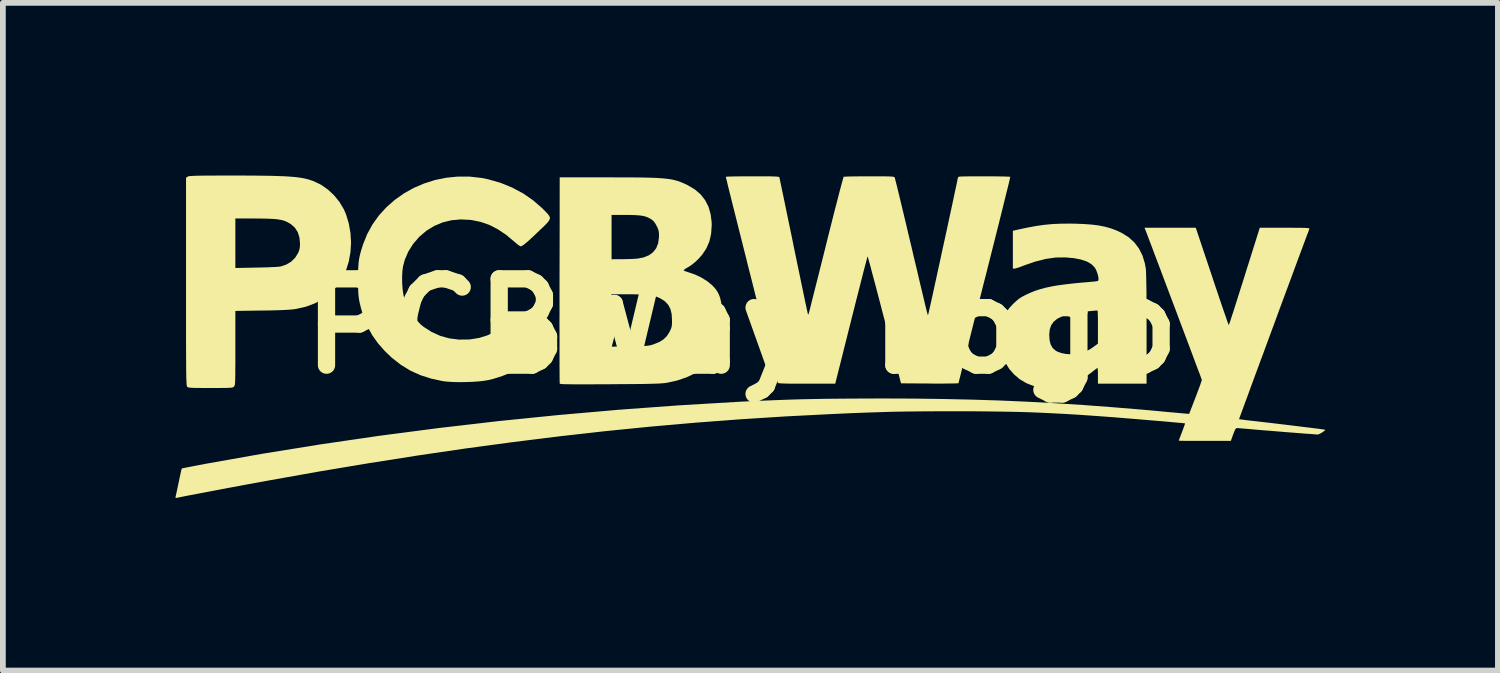
<source format=kicad_pcb>
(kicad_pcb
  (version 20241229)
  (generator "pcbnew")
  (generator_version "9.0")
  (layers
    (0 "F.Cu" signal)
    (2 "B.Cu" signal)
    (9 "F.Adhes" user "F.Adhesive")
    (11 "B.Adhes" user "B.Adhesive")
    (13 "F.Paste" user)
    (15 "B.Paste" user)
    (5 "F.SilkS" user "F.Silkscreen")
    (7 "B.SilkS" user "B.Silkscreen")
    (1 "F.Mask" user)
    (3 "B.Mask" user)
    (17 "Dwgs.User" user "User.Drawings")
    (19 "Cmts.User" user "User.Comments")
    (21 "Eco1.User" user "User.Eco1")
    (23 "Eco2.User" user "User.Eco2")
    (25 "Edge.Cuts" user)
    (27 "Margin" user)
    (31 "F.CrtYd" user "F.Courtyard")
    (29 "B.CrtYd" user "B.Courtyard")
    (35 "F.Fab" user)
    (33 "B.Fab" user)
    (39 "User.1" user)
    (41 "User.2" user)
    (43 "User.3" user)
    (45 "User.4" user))
  (footprint "PCBWay Logo"
    (layer "F.Cu")
    (at 9.837 2.616)
    (property "Reference" "PCBWay Logo" (at 0 0 0) (layer "F.SilkS") (effects (font (size 1.5 1.5) (thickness 0.3))))
    (attr board_only exclude_from_pos_files exclude_from_bom)
    (fp_poly (pts (xy -8.649 -2.616) (xy -8.468 -2.615) (xy -8.308 -2.613) (xy -8.167 -2.611) (xy -8.043 -2.607) (xy -7.935 -2.603) (xy -7.842 -2.597) (xy -7.76 -2.59) (xy -7.688 -2.581) (xy -7.625 -2.571) (xy -7.569 -2.559) (xy -7.517 -2.545) (xy -7.469 -2.529) (xy -7.436 -2.517) (xy -7.309 -2.456) (xy -7.191 -2.373) (xy -7.083 -2.273) (xy -6.99 -2.158) (xy -6.915 -2.033) (xy -6.876 -1.945) (xy -6.827 -1.783) (xy -6.798 -1.617) (xy -6.788 -1.45) (xy -6.798 -1.285) (xy -6.827 -1.125) (xy -6.874 -0.974) (xy -6.94 -0.833) (xy -7.023 -0.707) (xy -7.044 -0.681) (xy -7.155 -0.566) (xy -7.278 -0.472) (xy -7.416 -0.396) (xy -7.568 -0.339) (xy -7.737 -0.3) (xy -7.754 -0.297) (xy -7.8 -0.291) (xy -7.855 -0.286) (xy -7.922 -0.282) (xy -8.003 -0.278) (xy -8.1 -0.275) (xy -8.218 -0.272) (xy -8.341 -0.271) (xy -8.798 -0.264) (xy -8.798 0.38) (xy -8.798 0.523) (xy -8.798 0.644) (xy -8.799 0.743) (xy -8.799 0.824) (xy -8.8 0.889) (xy -8.801 0.939) (xy -8.803 0.976) (xy -8.805 1.003) (xy -8.808 1.022) (xy -8.812 1.034) (xy -8.817 1.043) (xy -8.822 1.049) (xy -8.823 1.05) (xy -8.831 1.057) (xy -8.841 1.063) (xy -8.857 1.067) (xy -8.88 1.07) (xy -8.914 1.072) (xy -8.961 1.074) (xy -9.024 1.074) (xy -9.106 1.075) (xy -9.21 1.075) (xy -9.231 1.075) (xy -9.339 1.075) (xy -9.425 1.074) (xy -9.492 1.074) (xy -9.542 1.072) (xy -9.578 1.07) (xy -9.602 1.067) (xy -9.618 1.063) (xy -9.629 1.058) (xy -9.635 1.052) (xy -9.638 1.048) (xy -9.64 1.04) (xy -9.643 1.028) (xy -9.645 1.01) (xy -9.646 0.986) (xy -9.648 0.953) (xy -9.65 0.911) (xy -9.651 0.859) (xy -9.652 0.796) (xy -9.653 0.719) (xy -9.653 0.629) (xy -9.654 0.523) (xy -9.654 0.401) (xy -9.655 0.262) (xy -9.655 0.104) (xy -9.655 -0.074) (xy -9.655 -0.273) (xy -9.655 -0.495) (xy -9.655 -0.74) (xy -9.655 -0.774) (xy -9.655 -1.44) (xy -8.798 -1.44) (xy -8.798 -1.01) (xy -8.435 -1.017) (xy -8.339 -1.019) (xy -8.248 -1.021) (xy -8.167 -1.025) (xy -8.099 -1.028) (xy -8.047 -1.032) (xy -8.016 -1.035) (xy -8.013 -1.036) (xy -7.912 -1.07) (xy -7.826 -1.122) (xy -7.757 -1.191) (xy -7.707 -1.272) (xy -7.688 -1.321) (xy -7.678 -1.369) (xy -7.675 -1.429) (xy -7.675 -1.435) (xy -7.685 -1.541) (xy -7.714 -1.633) (xy -7.764 -1.71) (xy -7.835 -1.773) (xy -7.895 -1.808) (xy -7.934 -1.825) (xy -7.976 -1.839) (xy -8.025 -1.849) (xy -8.084 -1.858) (xy -8.155 -1.863) (xy -8.242 -1.867) (xy -8.348 -1.869) (xy -8.475 -1.87) (xy -8.49 -1.87) (xy -8.798 -1.87) (xy -8.798 -1.44) (xy -9.655 -1.44) (xy -9.655 -2.577) (xy -9.628 -2.596) (xy -9.62 -2.601) (xy -9.607 -2.604) (xy -9.587 -2.607) (xy -9.558 -2.609) (xy -9.519 -2.611) (xy -9.467 -2.613) (xy -9.401 -2.614) (xy -9.319 -2.615) (xy -9.219 -2.615) (xy -9.099 -2.616) (xy -8.957 -2.616) (xy -8.854 -2.616)) (stroke (width 0) (type solid)) (fill yes) (layer "F.SilkS"))
    (fp_poly (pts (xy -4.731 -2.598) (xy -4.526 -2.575) (xy -4.405 -2.551) (xy -4.192 -2.49) (xy -3.99 -2.408) (xy -3.799 -2.306) (xy -3.624 -2.185) (xy -3.464 -2.046) (xy -3.412 -1.993) (xy -3.374 -1.953) (xy -3.348 -1.92) (xy -3.334 -1.892) (xy -3.334 -1.865) (xy -3.348 -1.834) (xy -3.376 -1.798) (xy -3.421 -1.751) (xy -3.483 -1.691) (xy -3.489 -1.686) (xy -3.584 -1.595) (xy -3.663 -1.521) (xy -3.726 -1.464) (xy -3.776 -1.423) (xy -3.811 -1.398) (xy -3.834 -1.386) (xy -3.839 -1.386) (xy -3.858 -1.394) (xy -3.89 -1.415) (xy -3.928 -1.447) (xy -3.951 -1.467) (xy -4.095 -1.587) (xy -4.24 -1.684) (xy -4.386 -1.759) (xy -4.537 -1.811) (xy -4.694 -1.843) (xy -4.716 -1.846) (xy -4.884 -1.854) (xy -5.046 -1.839) (xy -5.199 -1.801) (xy -5.344 -1.74) (xy -5.478 -1.658) (xy -5.601 -1.553) (xy -5.606 -1.548) (xy -5.711 -1.426) (xy -5.794 -1.294) (xy -5.854 -1.153) (xy -5.885 -1.038) (xy -5.896 -0.954) (xy -5.901 -0.856) (xy -5.9 -0.751) (xy -5.893 -0.648) (xy -5.88 -0.555) (xy -5.866 -0.491) (xy -5.817 -0.361) (xy -5.751 -0.237) (xy -5.669 -0.124) (xy -5.576 -0.027) (xy -5.528 0.012) (xy -5.389 0.101) (xy -5.239 0.169) (xy -5.081 0.213) (xy -4.914 0.234) (xy -4.741 0.232) (xy -4.711 0.229) (xy -4.562 0.205) (xy -4.421 0.161) (xy -4.285 0.098) (xy -4.15 0.012) (xy -4.025 -0.087) (xy -3.961 -0.142) (xy -3.911 -0.182) (xy -3.874 -0.208) (xy -3.846 -0.222) (xy -3.823 -0.224) (xy -3.802 -0.216) (xy -3.78 -0.2) (xy -3.773 -0.194) (xy -3.743 -0.166) (xy -3.702 -0.125) (xy -3.654 -0.076) (xy -3.602 -0.02) (xy -3.548 0.038) (xy -3.495 0.096) (xy -3.446 0.15) (xy -3.404 0.198) (xy -3.373 0.236) (xy -3.353 0.262) (xy -3.349 0.269) (xy -3.348 0.291) (xy -3.358 0.316) (xy -3.38 0.346) (xy -3.417 0.384) (xy -3.47 0.432) (xy -3.541 0.493) (xy -3.697 0.616) (xy -3.849 0.718) (xy -4.001 0.801) (xy -4.158 0.866) (xy -4.322 0.918) (xy -4.412 0.939) (xy -4.486 0.951) (xy -4.579 0.961) (xy -4.684 0.968) (xy -4.796 0.972) (xy -4.908 0.973) (xy -5.015 0.971) (xy -5.11 0.965) (xy -5.187 0.957) (xy -5.187 0.957) (xy -5.393 0.913) (xy -5.583 0.852) (xy -5.76 0.772) (xy -5.924 0.671) (xy -6.08 0.549) (xy -6.204 0.43) (xy -6.32 0.298) (xy -6.417 0.162) (xy -6.497 0.018) (xy -6.563 -0.138) (xy -6.615 -0.311) (xy -6.639 -0.409) (xy -6.648 -0.456) (xy -6.655 -0.501) (xy -6.66 -0.548) (xy -6.663 -0.604) (xy -6.665 -0.672) (xy -6.666 -0.758) (xy -6.666 -0.808) (xy -6.666 -0.92) (xy -6.663 -1.012) (xy -6.658 -1.091) (xy -6.649 -1.162) (xy -6.635 -1.231) (xy -6.616 -1.303) (xy -6.591 -1.384) (xy -6.579 -1.422) (xy -6.506 -1.602) (xy -6.413 -1.771) (xy -6.301 -1.926) (xy -6.172 -2.067) (xy -6.027 -2.194) (xy -5.869 -2.306) (xy -5.699 -2.401) (xy -5.519 -2.478) (xy -5.331 -2.538) (xy -5.135 -2.578) (xy -4.935 -2.598)) (stroke (width 0) (type solid)) (fill yes) (layer "F.SilkS"))
    (fp_poly (pts (xy 5.782 -1.78) (xy 5.943 -1.774) (xy 6.083 -1.764) (xy 6.206 -1.748) (xy 6.316 -1.726) (xy 6.417 -1.697) (xy 6.512 -1.661) (xy 6.603 -1.618) (xy 6.722 -1.544) (xy 6.821 -1.454) (xy 6.901 -1.348) (xy 6.962 -1.226) (xy 7.004 -1.088) (xy 7.02 -0.996) (xy 7.023 -0.964) (xy 7.025 -0.908) (xy 7.027 -0.829) (xy 7.029 -0.729) (xy 7.031 -0.609) (xy 7.032 -0.469) (xy 7.033 -0.312) (xy 7.033 -0.138) (xy 7.033 0.051) (xy 7.033 1) (xy 6.611 1) (xy 6.188 1) (xy 6.188 0.864) (xy 6.188 0.809) (xy 6.186 0.764) (xy 6.183 0.735) (xy 6.18 0.727) (xy 6.168 0.734) (xy 6.141 0.754) (xy 6.104 0.783) (xy 6.079 0.803) (xy 5.941 0.904) (xy 5.795 0.981) (xy 5.684 1.024) (xy 5.63 1.041) (xy 5.585 1.053) (xy 5.539 1.06) (xy 5.486 1.065) (xy 5.418 1.068) (xy 5.395 1.069) (xy 5.331 1.07) (xy 5.274 1.071) (xy 5.229 1.07) (xy 5.203 1.069) (xy 5.201 1.068) (xy 5.175 1.062) (xy 5.135 1.054) (xy 5.107 1.049) (xy 5.064 1.037) (xy 5.009 1.017) (xy 4.951 0.993) (xy 4.934 0.985) (xy 4.828 0.922) (xy 4.731 0.839) (xy 4.646 0.742) (xy 4.58 0.634) (xy 4.576 0.628) (xy 4.533 0.524) (xy 4.504 0.421) (xy 4.49 0.312) (xy 4.489 0.188) (xy 4.49 0.162) (xy 4.491 0.15) (xy 5.342 0.15) (xy 5.348 0.243) (xy 5.366 0.317) (xy 5.398 0.375) (xy 5.445 0.42) (xy 5.483 0.443) (xy 5.552 0.468) (xy 5.636 0.484) (xy 5.727 0.49) (xy 5.815 0.486) (xy 5.891 0.471) (xy 5.979 0.439) (xy 6.06 0.396) (xy 6.123 0.352) (xy 6.188 0.304) (xy 6.188 0.02) (xy 6.188 -0.061) (xy 6.188 -0.134) (xy 6.186 -0.194) (xy 6.185 -0.239) (xy 6.183 -0.265) (xy 6.182 -0.269) (xy 6.167 -0.271) (xy 6.132 -0.269) (xy 6.082 -0.264) (xy 6.02 -0.258) (xy 5.952 -0.249) (xy 5.881 -0.24) (xy 5.813 -0.23) (xy 5.752 -0.22) (xy 5.702 -0.211) (xy 5.675 -0.205) (xy 5.567 -0.171) (xy 5.483 -0.129) (xy 5.42 -0.078) (xy 5.376 -0.016) (xy 5.351 0.058) (xy 5.342 0.146) (xy 5.342 0.15) (xy 4.491 0.15) (xy 4.501 0.037) (xy 4.52 -0.068) (xy 4.551 -0.16) (xy 4.595 -0.243) (xy 4.655 -0.322) (xy 4.714 -0.386) (xy 4.77 -0.438) (xy 4.819 -0.478) (xy 4.872 -0.511) (xy 4.933 -0.543) (xy 5.014 -0.58) (xy 5.096 -0.613) (xy 5.182 -0.641) (xy 5.274 -0.666) (xy 5.375 -0.688) (xy 5.488 -0.708) (xy 5.617 -0.725) (xy 5.763 -0.742) (xy 5.93 -0.758) (xy 6.008 -0.764) (xy 6.07 -0.77) (xy 6.124 -0.775) (xy 6.164 -0.78) (xy 6.185 -0.783) (xy 6.186 -0.784) (xy 6.197 -0.799) (xy 6.198 -0.831) (xy 6.191 -0.874) (xy 6.177 -0.923) (xy 6.159 -0.97) (xy 6.137 -1.012) (xy 6.129 -1.023) (xy 6.073 -1.078) (xy 5.994 -1.123) (xy 5.893 -1.157) (xy 5.769 -1.181) (xy 5.623 -1.194) (xy 5.621 -1.194) (xy 5.455 -1.192) (xy 5.279 -1.167) (xy 5.091 -1.119) (xy 4.893 -1.05) (xy 4.879 -1.044) (xy 4.828 -1.025) (xy 4.782 -1.01) (xy 4.749 -1.001) (xy 4.74 -1) (xy 4.71 -1) (xy 4.71 -1.328) (xy 4.71 -1.656) (xy 4.8 -1.677) (xy 4.969 -1.713) (xy 5.122 -1.741) (xy 5.266 -1.761) (xy 5.407 -1.774) (xy 5.552 -1.78) (xy 5.707 -1.781)) (stroke (width 0) (type solid)) (fill yes) (layer "F.SilkS"))
    (fp_poly (pts (xy -2.324 -2.585) (xy -2.131 -2.584) (xy -1.96 -2.584) (xy -1.811 -2.583) (xy -1.681 -2.581) (xy -1.568 -2.578) (xy -1.47 -2.574) (xy -1.385 -2.568) (xy -1.311 -2.561) (xy -1.247 -2.553) (xy -1.19 -2.542) (xy -1.138 -2.529) (xy -1.09 -2.514) (xy -1.044 -2.496) (xy -0.997 -2.476) (xy -0.947 -2.452) (xy -0.933 -2.445) (xy -0.814 -2.374) (xy -0.715 -2.289) (xy -0.637 -2.189) (xy -0.578 -2.075) (xy -0.541 -1.946) (xy -0.523 -1.804) (xy -0.522 -1.752) (xy -0.532 -1.606) (xy -0.562 -1.473) (xy -0.614 -1.352) (xy -0.688 -1.24) (xy -0.758 -1.162) (xy -0.816 -1.108) (xy -0.875 -1.061) (xy -0.929 -1.026) (xy -0.931 -1.025) (xy -0.97 -1.003) (xy -0.998 -0.983) (xy -1.01 -0.971) (xy -1.01 -0.97) (xy -0.998 -0.961) (xy -0.968 -0.949) (xy -0.927 -0.936) (xy -0.925 -0.935) (xy -0.809 -0.895) (xy -0.697 -0.841) (xy -0.595 -0.777) (xy -0.509 -0.705) (xy -0.459 -0.65) (xy -0.424 -0.6) (xy -0.396 -0.546) (xy -0.374 -0.484) (xy -0.358 -0.412) (xy -0.346 -0.326) (xy -0.34 -0.224) (xy -0.337 -0.103) (xy -0.338 0.027) (xy -0.342 0.3) (xy -0.388 0.393) (xy -0.463 0.517) (xy -0.559 0.63) (xy -0.674 0.73) (xy -0.807 0.817) (xy -0.956 0.888) (xy -1.119 0.944) (xy -1.294 0.983) (xy -1.322 0.987) (xy -1.354 0.991) (xy -1.39 0.994) (xy -1.434 0.997) (xy -1.486 0.999) (xy -1.55 1.001) (xy -1.626 1.003) (xy -1.717 1.005) (xy -1.825 1.006) (xy -1.952 1.007) (xy -2.099 1.008) (xy -2.269 1.009) (xy -2.29 1.01) (xy -2.462 1.01) (xy -2.611 1.011) (xy -2.738 1.011) (xy -2.845 1.011) (xy -2.933 1.011) (xy -3.004 1.01) (xy -3.06 1.009) (xy -3.102 1.008) (xy -3.132 1.006) (xy -3.151 1.003) (xy -3.161 1) (xy -3.163 0.998) (xy -3.163 0.984) (xy -3.164 0.946) (xy -3.165 0.887) (xy -3.165 0.807) (xy -3.166 0.707) (xy -3.166 0.59) (xy -3.166 0.456) (xy -3.166 0.307) (xy -3.166 0.145) (xy -3.167 -0.03) (xy -3.167 -0.098) (xy -2.262 -0.098) (xy -2.262 0.357) (xy -1.942 0.352) (xy -1.844 0.35) (xy -1.767 0.348) (xy -1.707 0.346) (xy -1.661 0.343) (xy -1.625 0.339) (xy -1.595 0.334) (xy -1.567 0.327) (xy -1.537 0.318) (xy -1.521 0.312) (xy -1.429 0.274) (xy -1.358 0.229) (xy -1.302 0.174) (xy -1.257 0.104) (xy -1.255 0.1) (xy -1.235 0.058) (xy -1.222 0.024) (xy -1.215 -0.009) (xy -1.212 -0.052) (xy -1.212 -0.104) (xy -1.218 -0.211) (xy -1.24 -0.299) (xy -1.278 -0.371) (xy -1.334 -0.431) (xy -1.409 -0.479) (xy -1.433 -0.491) (xy -1.476 -0.509) (xy -1.52 -0.524) (xy -1.569 -0.534) (xy -1.627 -0.542) (xy -1.697 -0.548) (xy -1.782 -0.551) (xy -1.886 -0.553) (xy -1.967 -0.553) (xy -2.262 -0.553) (xy -2.262 -0.098) (xy -3.167 -0.098) (xy -3.166 -0.215) (xy -3.166 -0.41) (xy -3.166 -0.613) (xy -3.166 -0.802) (xy -3.164 -1.547) (xy -2.262 -1.547) (xy -2.262 -1.162) (xy -2.085 -1.163) (xy -2.011 -1.164) (xy -1.936 -1.166) (xy -1.869 -1.169) (xy -1.818 -1.173) (xy -1.813 -1.173) (xy -1.704 -1.194) (xy -1.613 -1.231) (xy -1.541 -1.284) (xy -1.487 -1.353) (xy -1.453 -1.438) (xy -1.439 -1.538) (xy -1.438 -1.562) (xy -1.439 -1.616) (xy -1.444 -1.656) (xy -1.457 -1.694) (xy -1.479 -1.741) (xy -1.48 -1.743) (xy -1.507 -1.791) (xy -1.533 -1.825) (xy -1.565 -1.851) (xy -1.587 -1.865) (xy -1.628 -1.887) (xy -1.672 -1.904) (xy -1.722 -1.916) (xy -1.783 -1.924) (xy -1.858 -1.929) (xy -1.951 -1.932) (xy -2.028 -1.932) (xy -2.262 -1.932) (xy -2.262 -1.547) (xy -3.164 -1.547) (xy -3.163 -2.585)) (stroke (width 0) (type solid)) (fill yes) (layer "F.SilkS"))
    (fp_poly (pts (xy 0.313 -2.603) (xy 0.415 -2.603) (xy 0.496 -2.602) (xy 0.558 -2.6) (xy 0.602 -2.598) (xy 0.632 -2.595) (xy 0.648 -2.591) (xy 0.653 -2.588) (xy 0.656 -2.574) (xy 0.664 -2.537) (xy 0.676 -2.479) (xy 0.692 -2.402) (xy 0.712 -2.307) (xy 0.735 -2.197) (xy 0.761 -2.072) (xy 0.789 -1.935) (xy 0.82 -1.786) (xy 0.853 -1.629) (xy 0.887 -1.464) (xy 0.901 -1.392) (xy 0.936 -1.225) (xy 0.969 -1.064) (xy 1.001 -0.913) (xy 1.03 -0.771) (xy 1.057 -0.642) (xy 1.081 -0.526) (xy 1.102 -0.425) (xy 1.12 -0.342) (xy 1.134 -0.277) (xy 1.144 -0.232) (xy 1.149 -0.209) (xy 1.15 -0.207) (xy 1.16 -0.206) (xy 1.163 -0.219) (xy 1.173 -0.254) (xy 1.187 -0.309) (xy 1.206 -0.385) (xy 1.229 -0.477) (xy 1.257 -0.586) (xy 1.288 -0.709) (xy 1.322 -0.844) (xy 1.359 -0.991) (xy 1.398 -1.146) (xy 1.439 -1.31) (xy 1.461 -1.398) (xy 1.502 -1.565) (xy 1.543 -1.726) (xy 1.581 -1.877) (xy 1.617 -2.019) (xy 1.651 -2.149) (xy 1.681 -2.266) (xy 1.707 -2.367) (xy 1.73 -2.452) (xy 1.748 -2.519) (xy 1.761 -2.565) (xy 1.768 -2.59) (xy 1.77 -2.594) (xy 1.785 -2.596) (xy 1.822 -2.598) (xy 1.878 -2.6) (xy 1.95 -2.601) (xy 2.035 -2.602) (xy 2.131 -2.603) (xy 2.215 -2.603) (xy 2.33 -2.603) (xy 2.423 -2.603) (xy 2.496 -2.602) (xy 2.552 -2.601) (xy 2.593 -2.599) (xy 2.621 -2.597) (xy 2.639 -2.594) (xy 2.65 -2.589) (xy 2.656 -2.584) (xy 2.657 -2.582) (xy 2.662 -2.567) (xy 2.671 -2.529) (xy 2.686 -2.471) (xy 2.705 -2.394) (xy 2.728 -2.299) (xy 2.755 -2.188) (xy 2.785 -2.063) (xy 2.818 -1.926) (xy 2.853 -1.779) (xy 2.89 -1.622) (xy 2.929 -1.458) (xy 2.945 -1.392) (xy 2.991 -1.194) (xy 3.033 -1.02) (xy 3.069 -0.866) (xy 3.1 -0.733) (xy 3.128 -0.618) (xy 3.151 -0.521) (xy 3.17 -0.44) (xy 3.186 -0.373) (xy 3.199 -0.319) (xy 3.21 -0.276) (xy 3.218 -0.245) (xy 3.224 -0.222) (xy 3.228 -0.206) (xy 3.231 -0.197) (xy 3.233 -0.193) (xy 3.235 -0.192) (xy 3.236 -0.193) (xy 3.237 -0.195) (xy 3.237 -0.195) (xy 3.241 -0.208) (xy 3.249 -0.243) (xy 3.261 -0.298) (xy 3.278 -0.371) (xy 3.298 -0.461) (xy 3.321 -0.565) (xy 3.346 -0.681) (xy 3.374 -0.808) (xy 3.403 -0.942) (xy 3.434 -1.083) (xy 3.465 -1.228) (xy 3.497 -1.375) (xy 3.529 -1.522) (xy 3.561 -1.667) (xy 3.591 -1.808) (xy 3.62 -1.943) (xy 3.648 -2.071) (xy 3.673 -2.188) (xy 3.695 -2.294) (xy 3.715 -2.385) (xy 3.731 -2.461) (xy 3.743 -2.518) (xy 3.75 -2.555) (xy 3.753 -2.571) (xy 3.753 -2.571) (xy 3.763 -2.59) (xy 3.772 -2.596) (xy 3.79 -2.598) (xy 3.829 -2.6) (xy 3.885 -2.601) (xy 3.954 -2.602) (xy 4.035 -2.603) (xy 4.122 -2.603) (xy 4.213 -2.603) (xy 4.304 -2.603) (xy 4.392 -2.602) (xy 4.473 -2.601) (xy 4.544 -2.6) (xy 4.602 -2.598) (xy 4.643 -2.596) (xy 4.663 -2.594) (xy 4.665 -2.593) (xy 4.662 -2.58) (xy 4.654 -2.545) (xy 4.641 -2.487) (xy 4.622 -2.41) (xy 4.598 -2.314) (xy 4.57 -2.201) (xy 4.538 -2.071) (xy 4.502 -1.927) (xy 4.463 -1.77) (xy 4.42 -1.6) (xy 4.375 -1.42) (xy 4.327 -1.23) (xy 4.277 -1.032) (xy 4.225 -0.827) (xy 4.218 -0.801) (xy 4.166 -0.595) (xy 4.116 -0.397) (xy 4.067 -0.206) (xy 4.021 -0.024) (xy 3.978 0.147) (xy 3.938 0.306) (xy 3.901 0.452) (xy 3.868 0.583) (xy 3.838 0.699) (xy 3.814 0.797) (xy 3.794 0.877) (xy 3.779 0.936) (xy 3.769 0.975) (xy 3.766 0.991) (xy 3.765 0.991) (xy 3.753 0.993) (xy 3.719 0.995) (xy 3.665 0.996) (xy 3.594 0.997) (xy 3.509 0.998) (xy 3.412 0.998) (xy 3.306 0.998) (xy 3.266 0.997) (xy 2.767 0.994) (xy 2.48 -0.109) (xy 2.438 -0.269) (xy 2.398 -0.423) (xy 2.36 -0.568) (xy 2.325 -0.702) (xy 2.292 -0.825) (xy 2.263 -0.933) (xy 2.239 -1.027) (xy 2.218 -1.103) (xy 2.202 -1.16) (xy 2.192 -1.197) (xy 2.187 -1.211) (xy 2.187 -1.212) (xy 2.183 -1.2) (xy 2.173 -1.166) (xy 2.159 -1.111) (xy 2.139 -1.037) (xy 2.115 -0.945) (xy 2.088 -0.838) (xy 2.057 -0.717) (xy 2.023 -0.584) (xy 1.986 -0.44) (xy 1.948 -0.287) (xy 1.907 -0.127) (xy 1.902 -0.106) (xy 1.624 1) (xy 1.128 1) (xy 0.998 1) (xy 0.891 1) (xy 0.805 0.999) (xy 0.739 0.997) (xy 0.689 0.995) (xy 0.656 0.993) (xy 0.636 0.989) (xy 0.627 0.985) (xy 0.627 0.985) (xy 0.622 0.968) (xy 0.612 0.93) (xy 0.597 0.87) (xy 0.576 0.792) (xy 0.552 0.697) (xy 0.523 0.585) (xy 0.491 0.46) (xy 0.456 0.322) (xy 0.418 0.174) (xy 0.378 0.016) (xy 0.336 -0.15) (xy 0.293 -0.322) (xy 0.248 -0.498) (xy 0.203 -0.676) (xy 0.158 -0.856) (xy 0.112 -1.036) (xy 0.068 -1.213) (xy 0.024 -1.387) (xy -0.018 -1.555) (xy -0.059 -1.716) (xy -0.097 -1.869) (xy -0.133 -2.012) (xy -0.166 -2.143) (xy -0.195 -2.26) (xy -0.221 -2.362) (xy -0.242 -2.448) (xy -0.258 -2.516) (xy -0.27 -2.563) (xy -0.276 -2.589) (xy -0.277 -2.594) (xy -0.264 -2.596) (xy -0.228 -2.598) (xy -0.174 -2.6) (xy -0.103 -2.601) (xy -0.018 -2.602) (xy 0.077 -2.603) (xy 0.181 -2.603) (xy 0.188 -2.603)) (stroke (width 0) (type solid)) (fill yes) (layer "F.SilkS"))
    (fp_poly (pts (xy 8.171 -0.864) (xy 8.217 -0.725) (xy 8.262 -0.593) (xy 8.303 -0.47) (xy 8.341 -0.358) (xy 8.375 -0.259) (xy 8.405 -0.175) (xy 8.428 -0.106) (xy 8.446 -0.056) (xy 8.457 -0.027) (xy 8.461 -0.019) (xy 8.466 -0.03) (xy 8.478 -0.063) (xy 8.496 -0.116) (xy 8.519 -0.187) (xy 8.547 -0.273) (xy 8.579 -0.373) (xy 8.614 -0.484) (xy 8.652 -0.604) (xy 8.693 -0.733) (xy 8.696 -0.742) (xy 8.738 -0.875) (xy 8.778 -1.005) (xy 8.817 -1.127) (xy 8.853 -1.241) (xy 8.885 -1.344) (xy 8.913 -1.432) (xy 8.936 -1.504) (xy 8.952 -1.558) (xy 8.962 -1.588) (xy 9 -1.709) (xy 9.435 -1.709) (xy 9.55 -1.709) (xy 9.643 -1.708) (xy 9.716 -1.708) (xy 9.771 -1.707) (xy 9.811 -1.705) (xy 9.837 -1.703) (xy 9.853 -1.7) (xy 9.86 -1.696) (xy 9.862 -1.691) (xy 9.861 -1.687) (xy 9.852 -1.666) (xy 9.837 -1.623) (xy 9.813 -1.562) (xy 9.784 -1.482) (xy 9.748 -1.386) (xy 9.707 -1.276) (xy 9.661 -1.153) (xy 9.611 -1.018) (xy 9.558 -0.873) (xy 9.501 -0.72) (xy 9.442 -0.561) (xy 9.381 -0.397) (xy 9.319 -0.229) (xy 9.257 -0.059) (xy 9.194 0.111) (xy 9.132 0.279) (xy 9.071 0.445) (xy 9.011 0.606) (xy 8.954 0.76) (xy 8.9 0.907) (xy 8.849 1.045) (xy 8.803 1.171) (xy 8.761 1.285) (xy 8.724 1.385) (xy 8.693 1.469) (xy 8.669 1.536) (xy 8.651 1.584) (xy 8.642 1.611) (xy 8.64 1.617) (xy 8.652 1.619) (xy 8.686 1.623) (xy 8.738 1.63) (xy 8.804 1.638) (xy 8.88 1.647) (xy 8.929 1.652) (xy 9.047 1.666) (xy 9.171 1.68) (xy 9.297 1.695) (xy 9.422 1.71) (xy 9.545 1.725) (xy 9.662 1.739) (xy 9.772 1.753) (xy 9.872 1.765) (xy 9.96 1.776) (xy 10.032 1.785) (xy 10.088 1.793) (xy 10.123 1.798) (xy 10.137 1.8) (xy 10.137 1.8) (xy 10.132 1.811) (xy 10.111 1.828) (xy 10.082 1.848) (xy 10.05 1.866) (xy 10.023 1.879) (xy 10.009 1.883) (xy 9.988 1.882) (xy 9.946 1.879) (xy 9.885 1.874) (xy 9.808 1.869) (xy 9.718 1.862) (xy 9.619 1.854) (xy 9.513 1.846) (xy 9.403 1.837) (xy 9.292 1.828) (xy 9.184 1.819) (xy 9.081 1.811) (xy 8.986 1.803) (xy 8.902 1.796) (xy 8.898 1.795) (xy 8.816 1.788) (xy 8.742 1.782) (xy 8.679 1.777) (xy 8.632 1.773) (xy 8.603 1.771) (xy 8.598 1.771) (xy 8.584 1.78) (xy 8.567 1.808) (xy 8.547 1.857) (xy 8.537 1.883) (xy 8.497 1.994) (xy 8.045 1.994) (xy 7.941 1.994) (xy 7.847 1.994) (xy 7.763 1.993) (xy 7.693 1.993) (xy 7.639 1.992) (xy 7.605 1.991) (xy 7.593 1.989) (xy 7.593 1.989) (xy 7.597 1.977) (xy 7.608 1.945) (xy 7.626 1.9) (xy 7.647 1.845) (xy 7.649 1.839) (xy 7.67 1.783) (xy 7.687 1.737) (xy 7.698 1.705) (xy 7.702 1.69) (xy 7.702 1.69) (xy 7.689 1.688) (xy 7.654 1.684) (xy 7.599 1.679) (xy 7.527 1.673) (xy 7.441 1.665) (xy 7.343 1.656) (xy 7.236 1.647) (xy 7.123 1.638) (xy 7.005 1.628) (xy 6.886 1.618) (xy 6.768 1.608) (xy 6.655 1.599) (xy 6.547 1.59) (xy 6.449 1.582) (xy 6.362 1.576) (xy 6.313 1.572) (xy 6.061 1.554) (xy 5.827 1.538) (xy 5.607 1.525) (xy 5.396 1.514) (xy 5.191 1.504) (xy 4.988 1.496) (xy 4.783 1.49) (xy 4.571 1.486) (xy 4.349 1.483) (xy 4.112 1.48) (xy 3.857 1.479) (xy 3.703 1.479) (xy 3.486 1.479) (xy 3.289 1.48) (xy 3.107 1.481) (xy 2.937 1.483) (xy 2.775 1.485) (xy 2.616 1.488) (xy 2.457 1.493) (xy 2.292 1.498) (xy 2.119 1.504) (xy 1.932 1.511) (xy 1.729 1.52) (xy 1.535 1.529) (xy 0.752 1.569) (xy -0.028 1.619) (xy -0.81 1.678) (xy -1.594 1.747) (xy -2.384 1.826) (xy -3.18 1.916) (xy -3.985 2.016) (xy -4.801 2.126) (xy -5.631 2.248) (xy -6.476 2.381) (xy -7.338 2.525) (xy -8.22 2.682) (xy -8.307 2.698) (xy -8.405 2.716) (xy -8.514 2.736) (xy -8.632 2.757) (xy -8.755 2.781) (xy -8.882 2.804) (xy -9.01 2.828) (xy -9.137 2.852) (xy -9.261 2.876) (xy -9.378 2.898) (xy -9.486 2.919) (xy -9.584 2.937) (xy -9.668 2.953) (xy -9.736 2.967) (xy -9.785 2.977) (xy -9.815 2.983) (xy -9.821 2.984) (xy -9.836 2.985) (xy -9.837 2.969) (xy -9.836 2.962) (xy -9.831 2.941) (xy -9.822 2.9) (xy -9.81 2.843) (xy -9.796 2.776) (xy -9.781 2.706) (xy -9.766 2.634) (xy -9.752 2.571) (xy -9.741 2.52) (xy -9.733 2.487) (xy -9.728 2.473) (xy -9.728 2.473) (xy -9.715 2.47) (xy -9.681 2.463) (xy -9.628 2.452) (xy -9.559 2.439) (xy -9.477 2.423) (xy -9.385 2.406) (xy -9.32 2.393) (xy -8.333 2.218) (xy -7.329 2.056) (xy -6.309 1.907) (xy -5.276 1.772) (xy -4.235 1.651) (xy -3.188 1.545) (xy -2.138 1.453) (xy -1.088 1.376) (xy -0.042 1.314) (xy 0.012 1.311) (xy 0.229 1.301) (xy 0.435 1.292) (xy 0.636 1.284) (xy 0.833 1.277) (xy 1.031 1.271) (xy 1.232 1.267) (xy 1.441 1.263) (xy 1.66 1.261) (xy 1.894 1.259) (xy 2.145 1.258) (xy 2.417 1.257) (xy 2.46 1.257) (xy 2.99 1.259) (xy 3.499 1.266) (xy 3.994 1.277) (xy 4.479 1.292) (xy 4.959 1.313) (xy 5.44 1.339) (xy 5.926 1.37) (xy 6.422 1.407) (xy 6.933 1.449) (xy 7.201 1.473) (xy 7.304 1.483) (xy 7.402 1.492) (xy 7.492 1.5) (xy 7.57 1.507) (xy 7.634 1.513) (xy 7.678 1.517) (xy 7.692 1.518) (xy 7.773 1.525) (xy 7.885 1.235) (xy 7.915 1.155) (xy 7.942 1.082) (xy 7.965 1.021) (xy 7.981 0.973) (xy 7.991 0.942) (xy 7.993 0.932) (xy 7.988 0.919) (xy 7.975 0.884) (xy 7.955 0.829) (xy 7.927 0.757) (xy 7.894 0.669) (xy 7.856 0.566) (xy 7.813 0.451) (xy 7.766 0.326) (xy 7.715 0.191) (xy 7.662 0.05) (xy 7.607 -0.096) (xy 7.551 -0.246) (xy 7.494 -0.397) (xy 7.437 -0.547) (xy 7.381 -0.696) (xy 7.327 -0.84) (xy 7.275 -0.979) (xy 7.225 -1.11) (xy 7.179 -1.232) (xy 7.138 -1.342) (xy 7.101 -1.44) (xy 7.069 -1.523) (xy 7.045 -1.588) (xy 7.027 -1.636) (xy 7.016 -1.663) (xy 7.014 -1.668) (xy 6.997 -1.709) (xy 7.443 -1.709) (xy 7.888 -1.709)) (stroke (width 0) (type solid)) (fill yes) (layer "F.SilkS")))
  (gr_rect
    (start -3 -3)
    (end 22.974 8.6)
    (stroke (width 0.1) (type default))
    (fill no)
    (layer "Edge.Cuts")))
</source>
